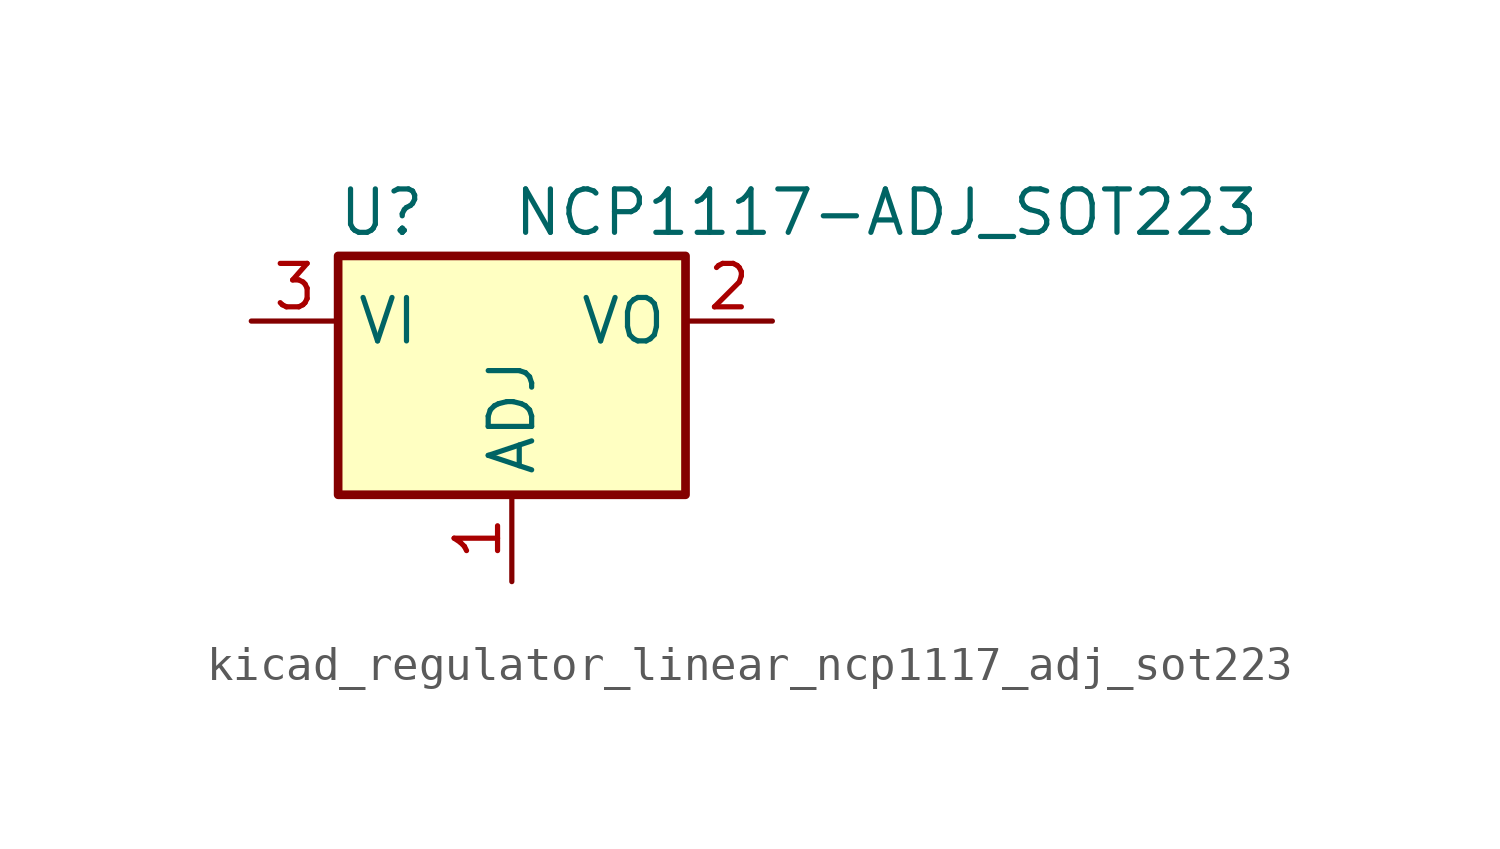
<source format=kicad_sym>
(kicad_symbol_lib
  (version 20220914)
  (generator kicad_symbol_editor)
  (symbol "kicad_regulator_linear_ncp1117_adj_sot223"
    (property "Reference" "U"
      (at -3.81 3.175 0)
      (effects (font (size 1.27 1.27))))
    (property "Value" "NCP1117-ADJ_SOT223"
      (at 0 3.175 0)
      (effects (font (size 1.27 1.27)) (justify left)))
    (symbol "kicad_regulator_linear_ncp1117_adj_sot223_0_1"
      (rectangle (start -5.08 -5.08) (end 5.08 1.905) (stroke (width 0.254) (type default)) (fill (type background))))
    (symbol "kicad_regulator_linear_ncp1117_adj_sot223_1_1"
      (pin input line (at 0 -7.62 90) (length 2.54) (name "ADJ" (effects (font (size 1.27 1.27)))) (number "1" (effects (font (size 1.27 1.27)))))
      (pin power_out line (at 7.62 0 180) (length 2.54) (name "VO" (effects (font (size 1.27 1.27)))) (number "2" (effects (font (size 1.27 1.27)))))
      (pin power_in line (at -7.62 0 0) (length 2.54) (name "VI" (effects (font (size 1.27 1.27)))) (number "3" (effects (font (size 1.27 1.27))))))))
</source>
